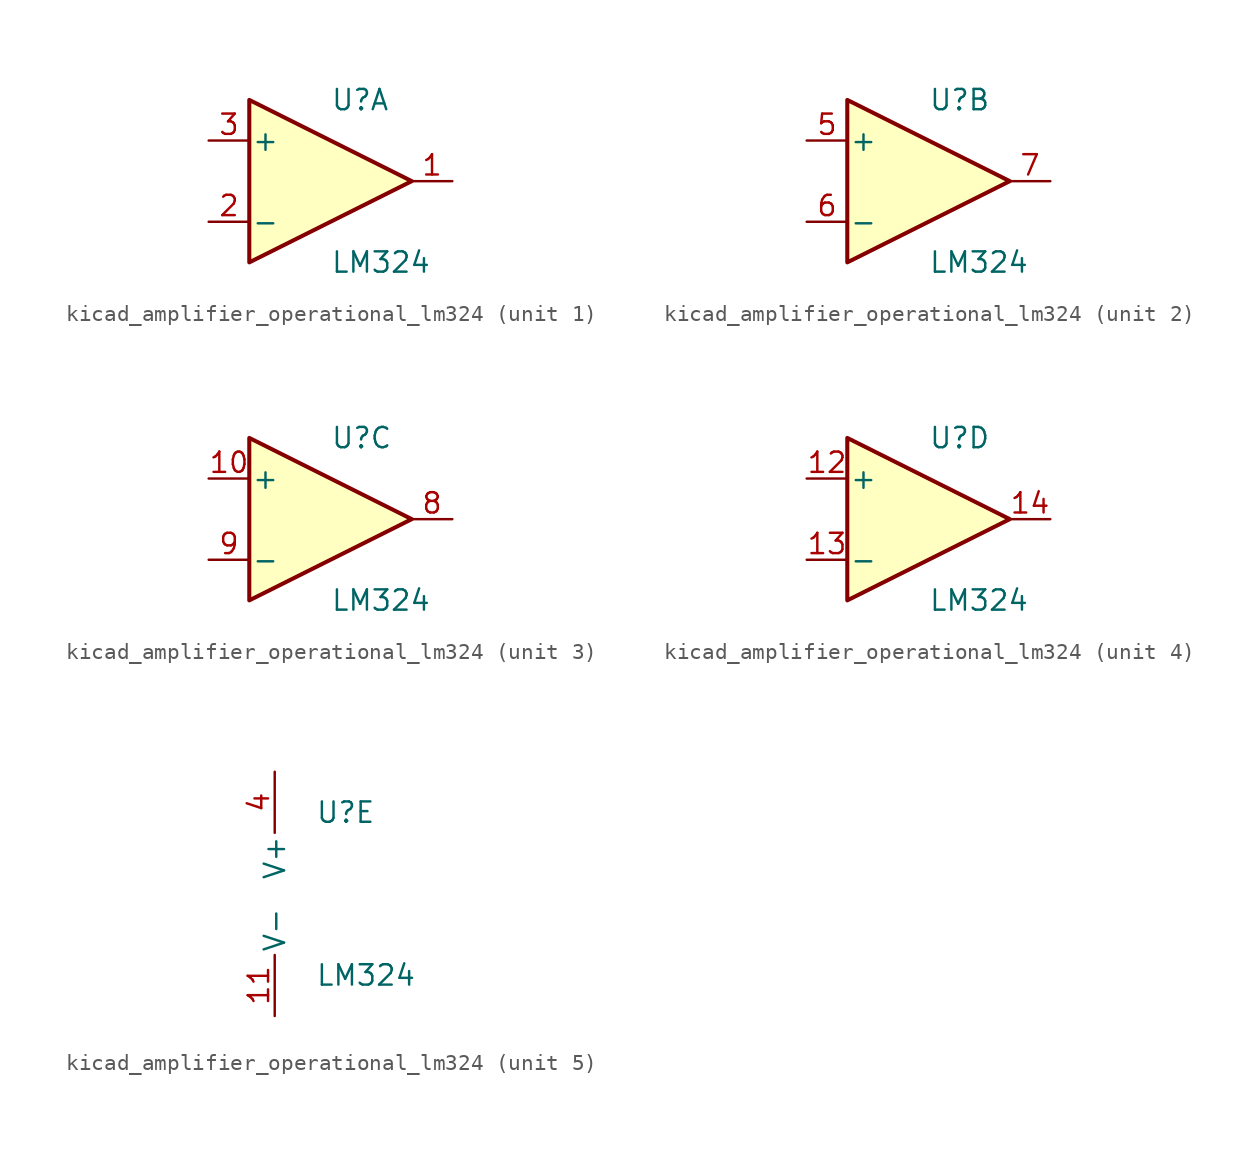
<source format=kicad_sym>
(kicad_symbol_lib
  (version 20220914)
  (generator kicad_symbol_editor)
  (symbol "kicad_amplifier_operational_lm324"
    (pin_names
      (offset 0.127))
    (property "Reference" "U"
      (at 0 5.08 0)
      (effects (font (size 1.27 1.27)) (justify left)))
    (property "Value" "LM324"
      (at 0 -5.08 0)
      (effects (font (size 1.27 1.27)) (justify left)))
    (property "ki_locked" ""
      (at 0 0 0)
      (effects (font (size 1.27 1.27))))
    (symbol "kicad_amplifier_operational_lm324_1_1"
      (polyline (pts (xy -5.08 5.08) (xy 5.08 0) (xy -5.08 -5.08) (xy -5.08 5.08)) (stroke (width 0.254) (type default)) (fill (type background)))
      (pin output line (at 7.62 0 180) (length 2.54) (name "~" (effects (font (size 1.27 1.27)))) (number "1" (effects (font (size 1.27 1.27)))))
      (pin input line (at -7.62 -2.54 0) (length 2.54) (name "-" (effects (font (size 1.27 1.27)))) (number "2" (effects (font (size 1.27 1.27)))))
      (pin input line (at -7.62 2.54 0) (length 2.54) (name "+" (effects (font (size 1.27 1.27)))) (number "3" (effects (font (size 1.27 1.27))))))
    (symbol "kicad_amplifier_operational_lm324_2_1"
      (polyline (pts (xy -5.08 5.08) (xy 5.08 0) (xy -5.08 -5.08) (xy -5.08 5.08)) (stroke (width 0.254) (type default)) (fill (type background)))
      (pin input line (at -7.62 2.54 0) (length 2.54) (name "+" (effects (font (size 1.27 1.27)))) (number "5" (effects (font (size 1.27 1.27)))))
      (pin input line (at -7.62 -2.54 0) (length 2.54) (name "-" (effects (font (size 1.27 1.27)))) (number "6" (effects (font (size 1.27 1.27)))))
      (pin output line (at 7.62 0 180) (length 2.54) (name "~" (effects (font (size 1.27 1.27)))) (number "7" (effects (font (size 1.27 1.27))))))
    (symbol "kicad_amplifier_operational_lm324_3_1"
      (polyline (pts (xy -5.08 5.08) (xy 5.08 0) (xy -5.08 -5.08) (xy -5.08 5.08)) (stroke (width 0.254) (type default)) (fill (type background)))
      (pin input line (at -7.62 2.54 0) (length 2.54) (name "+" (effects (font (size 1.27 1.27)))) (number "10" (effects (font (size 1.27 1.27)))))
      (pin output line (at 7.62 0 180) (length 2.54) (name "~" (effects (font (size 1.27 1.27)))) (number "8" (effects (font (size 1.27 1.27)))))
      (pin input line (at -7.62 -2.54 0) (length 2.54) (name "-" (effects (font (size 1.27 1.27)))) (number "9" (effects (font (size 1.27 1.27))))))
    (symbol "kicad_amplifier_operational_lm324_4_1"
      (polyline (pts (xy -5.08 5.08) (xy 5.08 0) (xy -5.08 -5.08) (xy -5.08 5.08)) (stroke (width 0.254) (type default)) (fill (type background)))
      (pin input line (at -7.62 2.54 0) (length 2.54) (name "+" (effects (font (size 1.27 1.27)))) (number "12" (effects (font (size 1.27 1.27)))))
      (pin input line (at -7.62 -2.54 0) (length 2.54) (name "-" (effects (font (size 1.27 1.27)))) (number "13" (effects (font (size 1.27 1.27)))))
      (pin output line (at 7.62 0 180) (length 2.54) (name "~" (effects (font (size 1.27 1.27)))) (number "14" (effects (font (size 1.27 1.27))))))
    (symbol "kicad_amplifier_operational_lm324_5_1"
      (pin power_in line (at -2.54 -7.62 90) (length 3.81) (name "V-" (effects (font (size 1.27 1.27)))) (number "11" (effects (font (size 1.27 1.27)))))
      (pin power_in line (at -2.54 7.62 270) (length 3.81) (name "V+" (effects (font (size 1.27 1.27)))) (number "4" (effects (font (size 1.27 1.27))))))))
</source>
